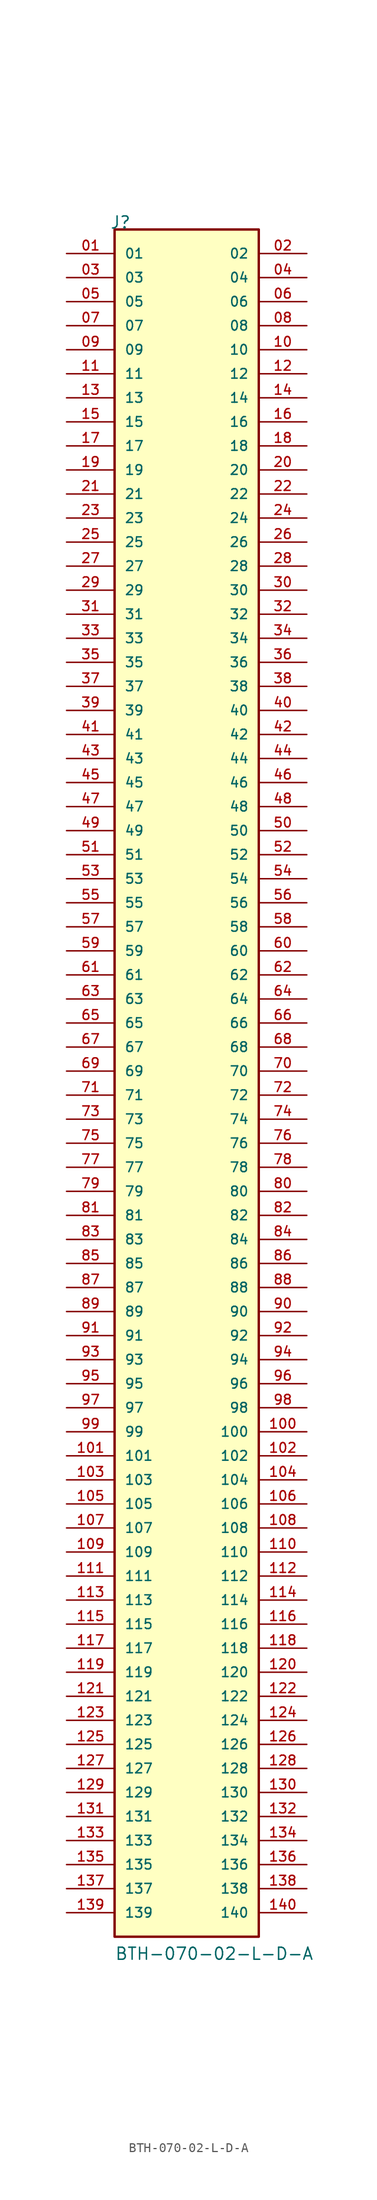
<source format=kicad_sym>
(kicad_symbol_lib
  (version 20241209)
  (generator "kicad_symbol_editor")
  (generator_version "9.0")
  (symbol "BTH-070-02-L-D-A"
    (pin_names
      (offset 1.016))
    (property "Reference" "J"
      (at -8.12 91.44 0)
      (effects (font (size 1.27 1.27)) (justify left bottom)))
    (property "Value" "BTH-070-02-L-D-A"
      (at -7.62 -91.44 0)
      (effects (font (size 1.27 1.27)) (justify left bottom)))
    (symbol "BTH-070-02-L-D-A_0_0"
      (rectangle (start -7.62 -88.9) (end 7.62 91.44) (stroke (width 0.254) (type default)) (fill (type background)))
      (pin passive line (at -12.7 88.9 0) (length 5.08) (name "01" (effects (font (size 1.016 1.016)))) (number "01" (effects (font (size 1.016 1.016)))))
      (pin passive line (at -12.7 86.36 0) (length 5.08) (name "03" (effects (font (size 1.016 1.016)))) (number "03" (effects (font (size 1.016 1.016)))))
      (pin passive line (at -12.7 83.82 0) (length 5.08) (name "05" (effects (font (size 1.016 1.016)))) (number "05" (effects (font (size 1.016 1.016)))))
      (pin passive line (at -12.7 81.28 0) (length 5.08) (name "07" (effects (font (size 1.016 1.016)))) (number "07" (effects (font (size 1.016 1.016)))))
      (pin passive line (at -12.7 78.74 0) (length 5.08) (name "09" (effects (font (size 1.016 1.016)))) (number "09" (effects (font (size 1.016 1.016)))))
      (pin passive line (at -12.7 76.2 0) (length 5.08) (name "11" (effects (font (size 1.016 1.016)))) (number "11" (effects (font (size 1.016 1.016)))))
      (pin passive line (at -12.7 73.66 0) (length 5.08) (name "13" (effects (font (size 1.016 1.016)))) (number "13" (effects (font (size 1.016 1.016)))))
      (pin passive line (at -12.7 71.12 0) (length 5.08) (name "15" (effects (font (size 1.016 1.016)))) (number "15" (effects (font (size 1.016 1.016)))))
      (pin passive line (at -12.7 68.58 0) (length 5.08) (name "17" (effects (font (size 1.016 1.016)))) (number "17" (effects (font (size 1.016 1.016)))))
      (pin passive line (at -12.7 66.04 0) (length 5.08) (name "19" (effects (font (size 1.016 1.016)))) (number "19" (effects (font (size 1.016 1.016)))))
      (pin passive line (at -12.7 63.5 0) (length 5.08) (name "21" (effects (font (size 1.016 1.016)))) (number "21" (effects (font (size 1.016 1.016)))))
      (pin passive line (at -12.7 60.96 0) (length 5.08) (name "23" (effects (font (size 1.016 1.016)))) (number "23" (effects (font (size 1.016 1.016)))))
      (pin passive line (at -12.7 58.42 0) (length 5.08) (name "25" (effects (font (size 1.016 1.016)))) (number "25" (effects (font (size 1.016 1.016)))))
      (pin passive line (at -12.7 55.88 0) (length 5.08) (name "27" (effects (font (size 1.016 1.016)))) (number "27" (effects (font (size 1.016 1.016)))))
      (pin passive line (at -12.7 53.34 0) (length 5.08) (name "29" (effects (font (size 1.016 1.016)))) (number "29" (effects (font (size 1.016 1.016)))))
      (pin passive line (at -12.7 50.8 0) (length 5.08) (name "31" (effects (font (size 1.016 1.016)))) (number "31" (effects (font (size 1.016 1.016)))))
      (pin passive line (at -12.7 48.26 0) (length 5.08) (name "33" (effects (font (size 1.016 1.016)))) (number "33" (effects (font (size 1.016 1.016)))))
      (pin passive line (at -12.7 45.72 0) (length 5.08) (name "35" (effects (font (size 1.016 1.016)))) (number "35" (effects (font (size 1.016 1.016)))))
      (pin passive line (at -12.7 43.18 0) (length 5.08) (name "37" (effects (font (size 1.016 1.016)))) (number "37" (effects (font (size 1.016 1.016)))))
      (pin passive line (at -12.7 40.64 0) (length 5.08) (name "39" (effects (font (size 1.016 1.016)))) (number "39" (effects (font (size 1.016 1.016)))))
      (pin passive line (at -12.7 38.1 0) (length 5.08) (name "41" (effects (font (size 1.016 1.016)))) (number "41" (effects (font (size 1.016 1.016)))))
      (pin passive line (at -12.7 35.56 0) (length 5.08) (name "43" (effects (font (size 1.016 1.016)))) (number "43" (effects (font (size 1.016 1.016)))))
      (pin passive line (at -12.7 33.02 0) (length 5.08) (name "45" (effects (font (size 1.016 1.016)))) (number "45" (effects (font (size 1.016 1.016)))))
      (pin passive line (at -12.7 30.48 0) (length 5.08) (name "47" (effects (font (size 1.016 1.016)))) (number "47" (effects (font (size 1.016 1.016)))))
      (pin passive line (at -12.7 27.94 0) (length 5.08) (name "49" (effects (font (size 1.016 1.016)))) (number "49" (effects (font (size 1.016 1.016)))))
      (pin passive line (at -12.7 25.4 0) (length 5.08) (name "51" (effects (font (size 1.016 1.016)))) (number "51" (effects (font (size 1.016 1.016)))))
      (pin passive line (at -12.7 22.86 0) (length 5.08) (name "53" (effects (font (size 1.016 1.016)))) (number "53" (effects (font (size 1.016 1.016)))))
      (pin passive line (at -12.7 20.32 0) (length 5.08) (name "55" (effects (font (size 1.016 1.016)))) (number "55" (effects (font (size 1.016 1.016)))))
      (pin passive line (at -12.7 17.78 0) (length 5.08) (name "57" (effects (font (size 1.016 1.016)))) (number "57" (effects (font (size 1.016 1.016)))))
      (pin passive line (at -12.7 15.24 0) (length 5.08) (name "59" (effects (font (size 1.016 1.016)))) (number "59" (effects (font (size 1.016 1.016)))))
      (pin passive line (at -12.7 12.7 0) (length 5.08) (name "61" (effects (font (size 1.016 1.016)))) (number "61" (effects (font (size 1.016 1.016)))))
      (pin passive line (at -12.7 10.16 0) (length 5.08) (name "63" (effects (font (size 1.016 1.016)))) (number "63" (effects (font (size 1.016 1.016)))))
      (pin passive line (at -12.7 7.62 0) (length 5.08) (name "65" (effects (font (size 1.016 1.016)))) (number "65" (effects (font (size 1.016 1.016)))))
      (pin passive line (at -12.7 5.08 0) (length 5.08) (name "67" (effects (font (size 1.016 1.016)))) (number "67" (effects (font (size 1.016 1.016)))))
      (pin passive line (at -12.7 2.54 0) (length 5.08) (name "69" (effects (font (size 1.016 1.016)))) (number "69" (effects (font (size 1.016 1.016)))))
      (pin passive line (at -12.7 0 0) (length 5.08) (name "71" (effects (font (size 1.016 1.016)))) (number "71" (effects (font (size 1.016 1.016)))))
      (pin passive line (at -12.7 -2.54 0) (length 5.08) (name "73" (effects (font (size 1.016 1.016)))) (number "73" (effects (font (size 1.016 1.016)))))
      (pin passive line (at -12.7 -5.08 0) (length 5.08) (name "75" (effects (font (size 1.016 1.016)))) (number "75" (effects (font (size 1.016 1.016)))))
      (pin passive line (at -12.7 -7.62 0) (length 5.08) (name "77" (effects (font (size 1.016 1.016)))) (number "77" (effects (font (size 1.016 1.016)))))
      (pin passive line (at -12.7 -10.16 0) (length 5.08) (name "79" (effects (font (size 1.016 1.016)))) (number "79" (effects (font (size 1.016 1.016)))))
      (pin passive line (at -12.7 -12.7 0) (length 5.08) (name "81" (effects (font (size 1.016 1.016)))) (number "81" (effects (font (size 1.016 1.016)))))
      (pin passive line (at -12.7 -15.24 0) (length 5.08) (name "83" (effects (font (size 1.016 1.016)))) (number "83" (effects (font (size 1.016 1.016)))))
      (pin passive line (at -12.7 -17.78 0) (length 5.08) (name "85" (effects (font (size 1.016 1.016)))) (number "85" (effects (font (size 1.016 1.016)))))
      (pin passive line (at -12.7 -20.32 0) (length 5.08) (name "87" (effects (font (size 1.016 1.016)))) (number "87" (effects (font (size 1.016 1.016)))))
      (pin passive line (at -12.7 -22.86 0) (length 5.08) (name "89" (effects (font (size 1.016 1.016)))) (number "89" (effects (font (size 1.016 1.016)))))
      (pin passive line (at -12.7 -25.4 0) (length 5.08) (name "91" (effects (font (size 1.016 1.016)))) (number "91" (effects (font (size 1.016 1.016)))))
      (pin passive line (at -12.7 -27.94 0) (length 5.08) (name "93" (effects (font (size 1.016 1.016)))) (number "93" (effects (font (size 1.016 1.016)))))
      (pin passive line (at -12.7 -30.48 0) (length 5.08) (name "95" (effects (font (size 1.016 1.016)))) (number "95" (effects (font (size 1.016 1.016)))))
      (pin passive line (at -12.7 -33.02 0) (length 5.08) (name "97" (effects (font (size 1.016 1.016)))) (number "97" (effects (font (size 1.016 1.016)))))
      (pin passive line (at -12.7 -35.56 0) (length 5.08) (name "99" (effects (font (size 1.016 1.016)))) (number "99" (effects (font (size 1.016 1.016)))))
      (pin passive line (at -12.7 -38.1 0) (length 5.08) (name "101" (effects (font (size 1.016 1.016)))) (number "101" (effects (font (size 1.016 1.016)))))
      (pin passive line (at -12.7 -40.64 0) (length 5.08) (name "103" (effects (font (size 1.016 1.016)))) (number "103" (effects (font (size 1.016 1.016)))))
      (pin passive line (at -12.7 -43.18 0) (length 5.08) (name "105" (effects (font (size 1.016 1.016)))) (number "105" (effects (font (size 1.016 1.016)))))
      (pin passive line (at -12.7 -45.72 0) (length 5.08) (name "107" (effects (font (size 1.016 1.016)))) (number "107" (effects (font (size 1.016 1.016)))))
      (pin passive line (at -12.7 -48.26 0) (length 5.08) (name "109" (effects (font (size 1.016 1.016)))) (number "109" (effects (font (size 1.016 1.016)))))
      (pin passive line (at -12.7 -50.8 0) (length 5.08) (name "111" (effects (font (size 1.016 1.016)))) (number "111" (effects (font (size 1.016 1.016)))))
      (pin passive line (at -12.7 -53.34 0) (length 5.08) (name "113" (effects (font (size 1.016 1.016)))) (number "113" (effects (font (size 1.016 1.016)))))
      (pin passive line (at -12.7 -55.88 0) (length 5.08) (name "115" (effects (font (size 1.016 1.016)))) (number "115" (effects (font (size 1.016 1.016)))))
      (pin passive line (at -12.7 -58.42 0) (length 5.08) (name "117" (effects (font (size 1.016 1.016)))) (number "117" (effects (font (size 1.016 1.016)))))
      (pin passive line (at -12.7 -60.96 0) (length 5.08) (name "119" (effects (font (size 1.016 1.016)))) (number "119" (effects (font (size 1.016 1.016)))))
      (pin passive line (at -12.7 -63.5 0) (length 5.08) (name "121" (effects (font (size 1.016 1.016)))) (number "121" (effects (font (size 1.016 1.016)))))
      (pin passive line (at -12.7 -66.04 0) (length 5.08) (name "123" (effects (font (size 1.016 1.016)))) (number "123" (effects (font (size 1.016 1.016)))))
      (pin passive line (at -12.7 -68.58 0) (length 5.08) (name "125" (effects (font (size 1.016 1.016)))) (number "125" (effects (font (size 1.016 1.016)))))
      (pin passive line (at -12.7 -71.12 0) (length 5.08) (name "127" (effects (font (size 1.016 1.016)))) (number "127" (effects (font (size 1.016 1.016)))))
      (pin passive line (at -12.7 -73.66 0) (length 5.08) (name "129" (effects (font (size 1.016 1.016)))) (number "129" (effects (font (size 1.016 1.016)))))
      (pin passive line (at -12.7 -76.2 0) (length 5.08) (name "131" (effects (font (size 1.016 1.016)))) (number "131" (effects (font (size 1.016 1.016)))))
      (pin passive line (at -12.7 -78.74 0) (length 5.08) (name "133" (effects (font (size 1.016 1.016)))) (number "133" (effects (font (size 1.016 1.016)))))
      (pin passive line (at -12.7 -81.28 0) (length 5.08) (name "135" (effects (font (size 1.016 1.016)))) (number "135" (effects (font (size 1.016 1.016)))))
      (pin passive line (at -12.7 -83.82 0) (length 5.08) (name "137" (effects (font (size 1.016 1.016)))) (number "137" (effects (font (size 1.016 1.016)))))
      (pin passive line (at -12.7 -86.36 0) (length 5.08) (name "139" (effects (font (size 1.016 1.016)))) (number "139" (effects (font (size 1.016 1.016)))))
      (pin passive line (at 12.7 88.9 180) (length 5.08) (name "02" (effects (font (size 1.016 1.016)))) (number "02" (effects (font (size 1.016 1.016)))))
      (pin passive line (at 12.7 86.36 180) (length 5.08) (name "04" (effects (font (size 1.016 1.016)))) (number "04" (effects (font (size 1.016 1.016)))))
      (pin passive line (at 12.7 83.82 180) (length 5.08) (name "06" (effects (font (size 1.016 1.016)))) (number "06" (effects (font (size 1.016 1.016)))))
      (pin passive line (at 12.7 81.28 180) (length 5.08) (name "08" (effects (font (size 1.016 1.016)))) (number "08" (effects (font (size 1.016 1.016)))))
      (pin passive line (at 12.7 78.74 180) (length 5.08) (name "10" (effects (font (size 1.016 1.016)))) (number "10" (effects (font (size 1.016 1.016)))))
      (pin passive line (at 12.7 76.2 180) (length 5.08) (name "12" (effects (font (size 1.016 1.016)))) (number "12" (effects (font (size 1.016 1.016)))))
      (pin passive line (at 12.7 73.66 180) (length 5.08) (name "14" (effects (font (size 1.016 1.016)))) (number "14" (effects (font (size 1.016 1.016)))))
      (pin passive line (at 12.7 71.12 180) (length 5.08) (name "16" (effects (font (size 1.016 1.016)))) (number "16" (effects (font (size 1.016 1.016)))))
      (pin passive line (at 12.7 68.58 180) (length 5.08) (name "18" (effects (font (size 1.016 1.016)))) (number "18" (effects (font (size 1.016 1.016)))))
      (pin passive line (at 12.7 66.04 180) (length 5.08) (name "20" (effects (font (size 1.016 1.016)))) (number "20" (effects (font (size 1.016 1.016)))))
      (pin passive line (at 12.7 63.5 180) (length 5.08) (name "22" (effects (font (size 1.016 1.016)))) (number "22" (effects (font (size 1.016 1.016)))))
      (pin passive line (at 12.7 60.96 180) (length 5.08) (name "24" (effects (font (size 1.016 1.016)))) (number "24" (effects (font (size 1.016 1.016)))))
      (pin passive line (at 12.7 58.42 180) (length 5.08) (name "26" (effects (font (size 1.016 1.016)))) (number "26" (effects (font (size 1.016 1.016)))))
      (pin passive line (at 12.7 55.88 180) (length 5.08) (name "28" (effects (font (size 1.016 1.016)))) (number "28" (effects (font (size 1.016 1.016)))))
      (pin passive line (at 12.7 53.34 180) (length 5.08) (name "30" (effects (font (size 1.016 1.016)))) (number "30" (effects (font (size 1.016 1.016)))))
      (pin passive line (at 12.7 50.8 180) (length 5.08) (name "32" (effects (font (size 1.016 1.016)))) (number "32" (effects (font (size 1.016 1.016)))))
      (pin passive line (at 12.7 48.26 180) (length 5.08) (name "34" (effects (font (size 1.016 1.016)))) (number "34" (effects (font (size 1.016 1.016)))))
      (pin passive line (at 12.7 45.72 180) (length 5.08) (name "36" (effects (font (size 1.016 1.016)))) (number "36" (effects (font (size 1.016 1.016)))))
      (pin passive line (at 12.7 43.18 180) (length 5.08) (name "38" (effects (font (size 1.016 1.016)))) (number "38" (effects (font (size 1.016 1.016)))))
      (pin passive line (at 12.7 40.64 180) (length 5.08) (name "40" (effects (font (size 1.016 1.016)))) (number "40" (effects (font (size 1.016 1.016)))))
      (pin passive line (at 12.7 38.1 180) (length 5.08) (name "42" (effects (font (size 1.016 1.016)))) (number "42" (effects (font (size 1.016 1.016)))))
      (pin passive line (at 12.7 35.56 180) (length 5.08) (name "44" (effects (font (size 1.016 1.016)))) (number "44" (effects (font (size 1.016 1.016)))))
      (pin passive line (at 12.7 33.02 180) (length 5.08) (name "46" (effects (font (size 1.016 1.016)))) (number "46" (effects (font (size 1.016 1.016)))))
      (pin passive line (at 12.7 30.48 180) (length 5.08) (name "48" (effects (font (size 1.016 1.016)))) (number "48" (effects (font (size 1.016 1.016)))))
      (pin passive line (at 12.7 27.94 180) (length 5.08) (name "50" (effects (font (size 1.016 1.016)))) (number "50" (effects (font (size 1.016 1.016)))))
      (pin passive line (at 12.7 25.4 180) (length 5.08) (name "52" (effects (font (size 1.016 1.016)))) (number "52" (effects (font (size 1.016 1.016)))))
      (pin passive line (at 12.7 22.86 180) (length 5.08) (name "54" (effects (font (size 1.016 1.016)))) (number "54" (effects (font (size 1.016 1.016)))))
      (pin passive line (at 12.7 20.32 180) (length 5.08) (name "56" (effects (font (size 1.016 1.016)))) (number "56" (effects (font (size 1.016 1.016)))))
      (pin passive line (at 12.7 17.78 180) (length 5.08) (name "58" (effects (font (size 1.016 1.016)))) (number "58" (effects (font (size 1.016 1.016)))))
      (pin passive line (at 12.7 15.24 180) (length 5.08) (name "60" (effects (font (size 1.016 1.016)))) (number "60" (effects (font (size 1.016 1.016)))))
      (pin passive line (at 12.7 12.7 180) (length 5.08) (name "62" (effects (font (size 1.016 1.016)))) (number "62" (effects (font (size 1.016 1.016)))))
      (pin passive line (at 12.7 10.16 180) (length 5.08) (name "64" (effects (font (size 1.016 1.016)))) (number "64" (effects (font (size 1.016 1.016)))))
      (pin passive line (at 12.7 7.62 180) (length 5.08) (name "66" (effects (font (size 1.016 1.016)))) (number "66" (effects (font (size 1.016 1.016)))))
      (pin passive line (at 12.7 5.08 180) (length 5.08) (name "68" (effects (font (size 1.016 1.016)))) (number "68" (effects (font (size 1.016 1.016)))))
      (pin passive line (at 12.7 2.54 180) (length 5.08) (name "70" (effects (font (size 1.016 1.016)))) (number "70" (effects (font (size 1.016 1.016)))))
      (pin passive line (at 12.7 0 180) (length 5.08) (name "72" (effects (font (size 1.016 1.016)))) (number "72" (effects (font (size 1.016 1.016)))))
      (pin passive line (at 12.7 -2.54 180) (length 5.08) (name "74" (effects (font (size 1.016 1.016)))) (number "74" (effects (font (size 1.016 1.016)))))
      (pin passive line (at 12.7 -5.08 180) (length 5.08) (name "76" (effects (font (size 1.016 1.016)))) (number "76" (effects (font (size 1.016 1.016)))))
      (pin passive line (at 12.7 -7.62 180) (length 5.08) (name "78" (effects (font (size 1.016 1.016)))) (number "78" (effects (font (size 1.016 1.016)))))
      (pin passive line (at 12.7 -10.16 180) (length 5.08) (name "80" (effects (font (size 1.016 1.016)))) (number "80" (effects (font (size 1.016 1.016)))))
      (pin passive line (at 12.7 -12.7 180) (length 5.08) (name "82" (effects (font (size 1.016 1.016)))) (number "82" (effects (font (size 1.016 1.016)))))
      (pin passive line (at 12.7 -15.24 180) (length 5.08) (name "84" (effects (font (size 1.016 1.016)))) (number "84" (effects (font (size 1.016 1.016)))))
      (pin passive line (at 12.7 -17.78 180) (length 5.08) (name "86" (effects (font (size 1.016 1.016)))) (number "86" (effects (font (size 1.016 1.016)))))
      (pin passive line (at 12.7 -20.32 180) (length 5.08) (name "88" (effects (font (size 1.016 1.016)))) (number "88" (effects (font (size 1.016 1.016)))))
      (pin passive line (at 12.7 -22.86 180) (length 5.08) (name "90" (effects (font (size 1.016 1.016)))) (number "90" (effects (font (size 1.016 1.016)))))
      (pin passive line (at 12.7 -25.4 180) (length 5.08) (name "92" (effects (font (size 1.016 1.016)))) (number "92" (effects (font (size 1.016 1.016)))))
      (pin passive line (at 12.7 -27.94 180) (length 5.08) (name "94" (effects (font (size 1.016 1.016)))) (number "94" (effects (font (size 1.016 1.016)))))
      (pin passive line (at 12.7 -30.48 180) (length 5.08) (name "96" (effects (font (size 1.016 1.016)))) (number "96" (effects (font (size 1.016 1.016)))))
      (pin passive line (at 12.7 -33.02 180) (length 5.08) (name "98" (effects (font (size 1.016 1.016)))) (number "98" (effects (font (size 1.016 1.016)))))
      (pin passive line (at 12.7 -35.56 180) (length 5.08) (name "100" (effects (font (size 1.016 1.016)))) (number "100" (effects (font (size 1.016 1.016)))))
      (pin passive line (at 12.7 -38.1 180) (length 5.08) (name "102" (effects (font (size 1.016 1.016)))) (number "102" (effects (font (size 1.016 1.016)))))
      (pin passive line (at 12.7 -40.64 180) (length 5.08) (name "104" (effects (font (size 1.016 1.016)))) (number "104" (effects (font (size 1.016 1.016)))))
      (pin passive line (at 12.7 -43.18 180) (length 5.08) (name "106" (effects (font (size 1.016 1.016)))) (number "106" (effects (font (size 1.016 1.016)))))
      (pin passive line (at 12.7 -45.72 180) (length 5.08) (name "108" (effects (font (size 1.016 1.016)))) (number "108" (effects (font (size 1.016 1.016)))))
      (pin passive line (at 12.7 -48.26 180) (length 5.08) (name "110" (effects (font (size 1.016 1.016)))) (number "110" (effects (font (size 1.016 1.016)))))
      (pin passive line (at 12.7 -50.8 180) (length 5.08) (name "112" (effects (font (size 1.016 1.016)))) (number "112" (effects (font (size 1.016 1.016)))))
      (pin passive line (at 12.7 -53.34 180) (length 5.08) (name "114" (effects (font (size 1.016 1.016)))) (number "114" (effects (font (size 1.016 1.016)))))
      (pin passive line (at 12.7 -55.88 180) (length 5.08) (name "116" (effects (font (size 1.016 1.016)))) (number "116" (effects (font (size 1.016 1.016)))))
      (pin passive line (at 12.7 -58.42 180) (length 5.08) (name "118" (effects (font (size 1.016 1.016)))) (number "118" (effects (font (size 1.016 1.016)))))
      (pin passive line (at 12.7 -60.96 180) (length 5.08) (name "120" (effects (font (size 1.016 1.016)))) (number "120" (effects (font (size 1.016 1.016)))))
      (pin passive line (at 12.7 -63.5 180) (length 5.08) (name "122" (effects (font (size 1.016 1.016)))) (number "122" (effects (font (size 1.016 1.016)))))
      (pin passive line (at 12.7 -66.04 180) (length 5.08) (name "124" (effects (font (size 1.016 1.016)))) (number "124" (effects (font (size 1.016 1.016)))))
      (pin passive line (at 12.7 -68.58 180) (length 5.08) (name "126" (effects (font (size 1.016 1.016)))) (number "126" (effects (font (size 1.016 1.016)))))
      (pin passive line (at 12.7 -71.12 180) (length 5.08) (name "128" (effects (font (size 1.016 1.016)))) (number "128" (effects (font (size 1.016 1.016)))))
      (pin passive line (at 12.7 -73.66 180) (length 5.08) (name "130" (effects (font (size 1.016 1.016)))) (number "130" (effects (font (size 1.016 1.016)))))
      (pin passive line (at 12.7 -76.2 180) (length 5.08) (name "132" (effects (font (size 1.016 1.016)))) (number "132" (effects (font (size 1.016 1.016)))))
      (pin passive line (at 12.7 -78.74 180) (length 5.08) (name "134" (effects (font (size 1.016 1.016)))) (number "134" (effects (font (size 1.016 1.016)))))
      (pin passive line (at 12.7 -81.28 180) (length 5.08) (name "136" (effects (font (size 1.016 1.016)))) (number "136" (effects (font (size 1.016 1.016)))))
      (pin passive line (at 12.7 -83.82 180) (length 5.08) (name "138" (effects (font (size 1.016 1.016)))) (number "138" (effects (font (size 1.016 1.016)))))
      (pin passive line (at 12.7 -86.36 180) (length 5.08) (name "140" (effects (font (size 1.016 1.016)))) (number "140" (effects (font (size 1.016 1.016))))))))
</source>
